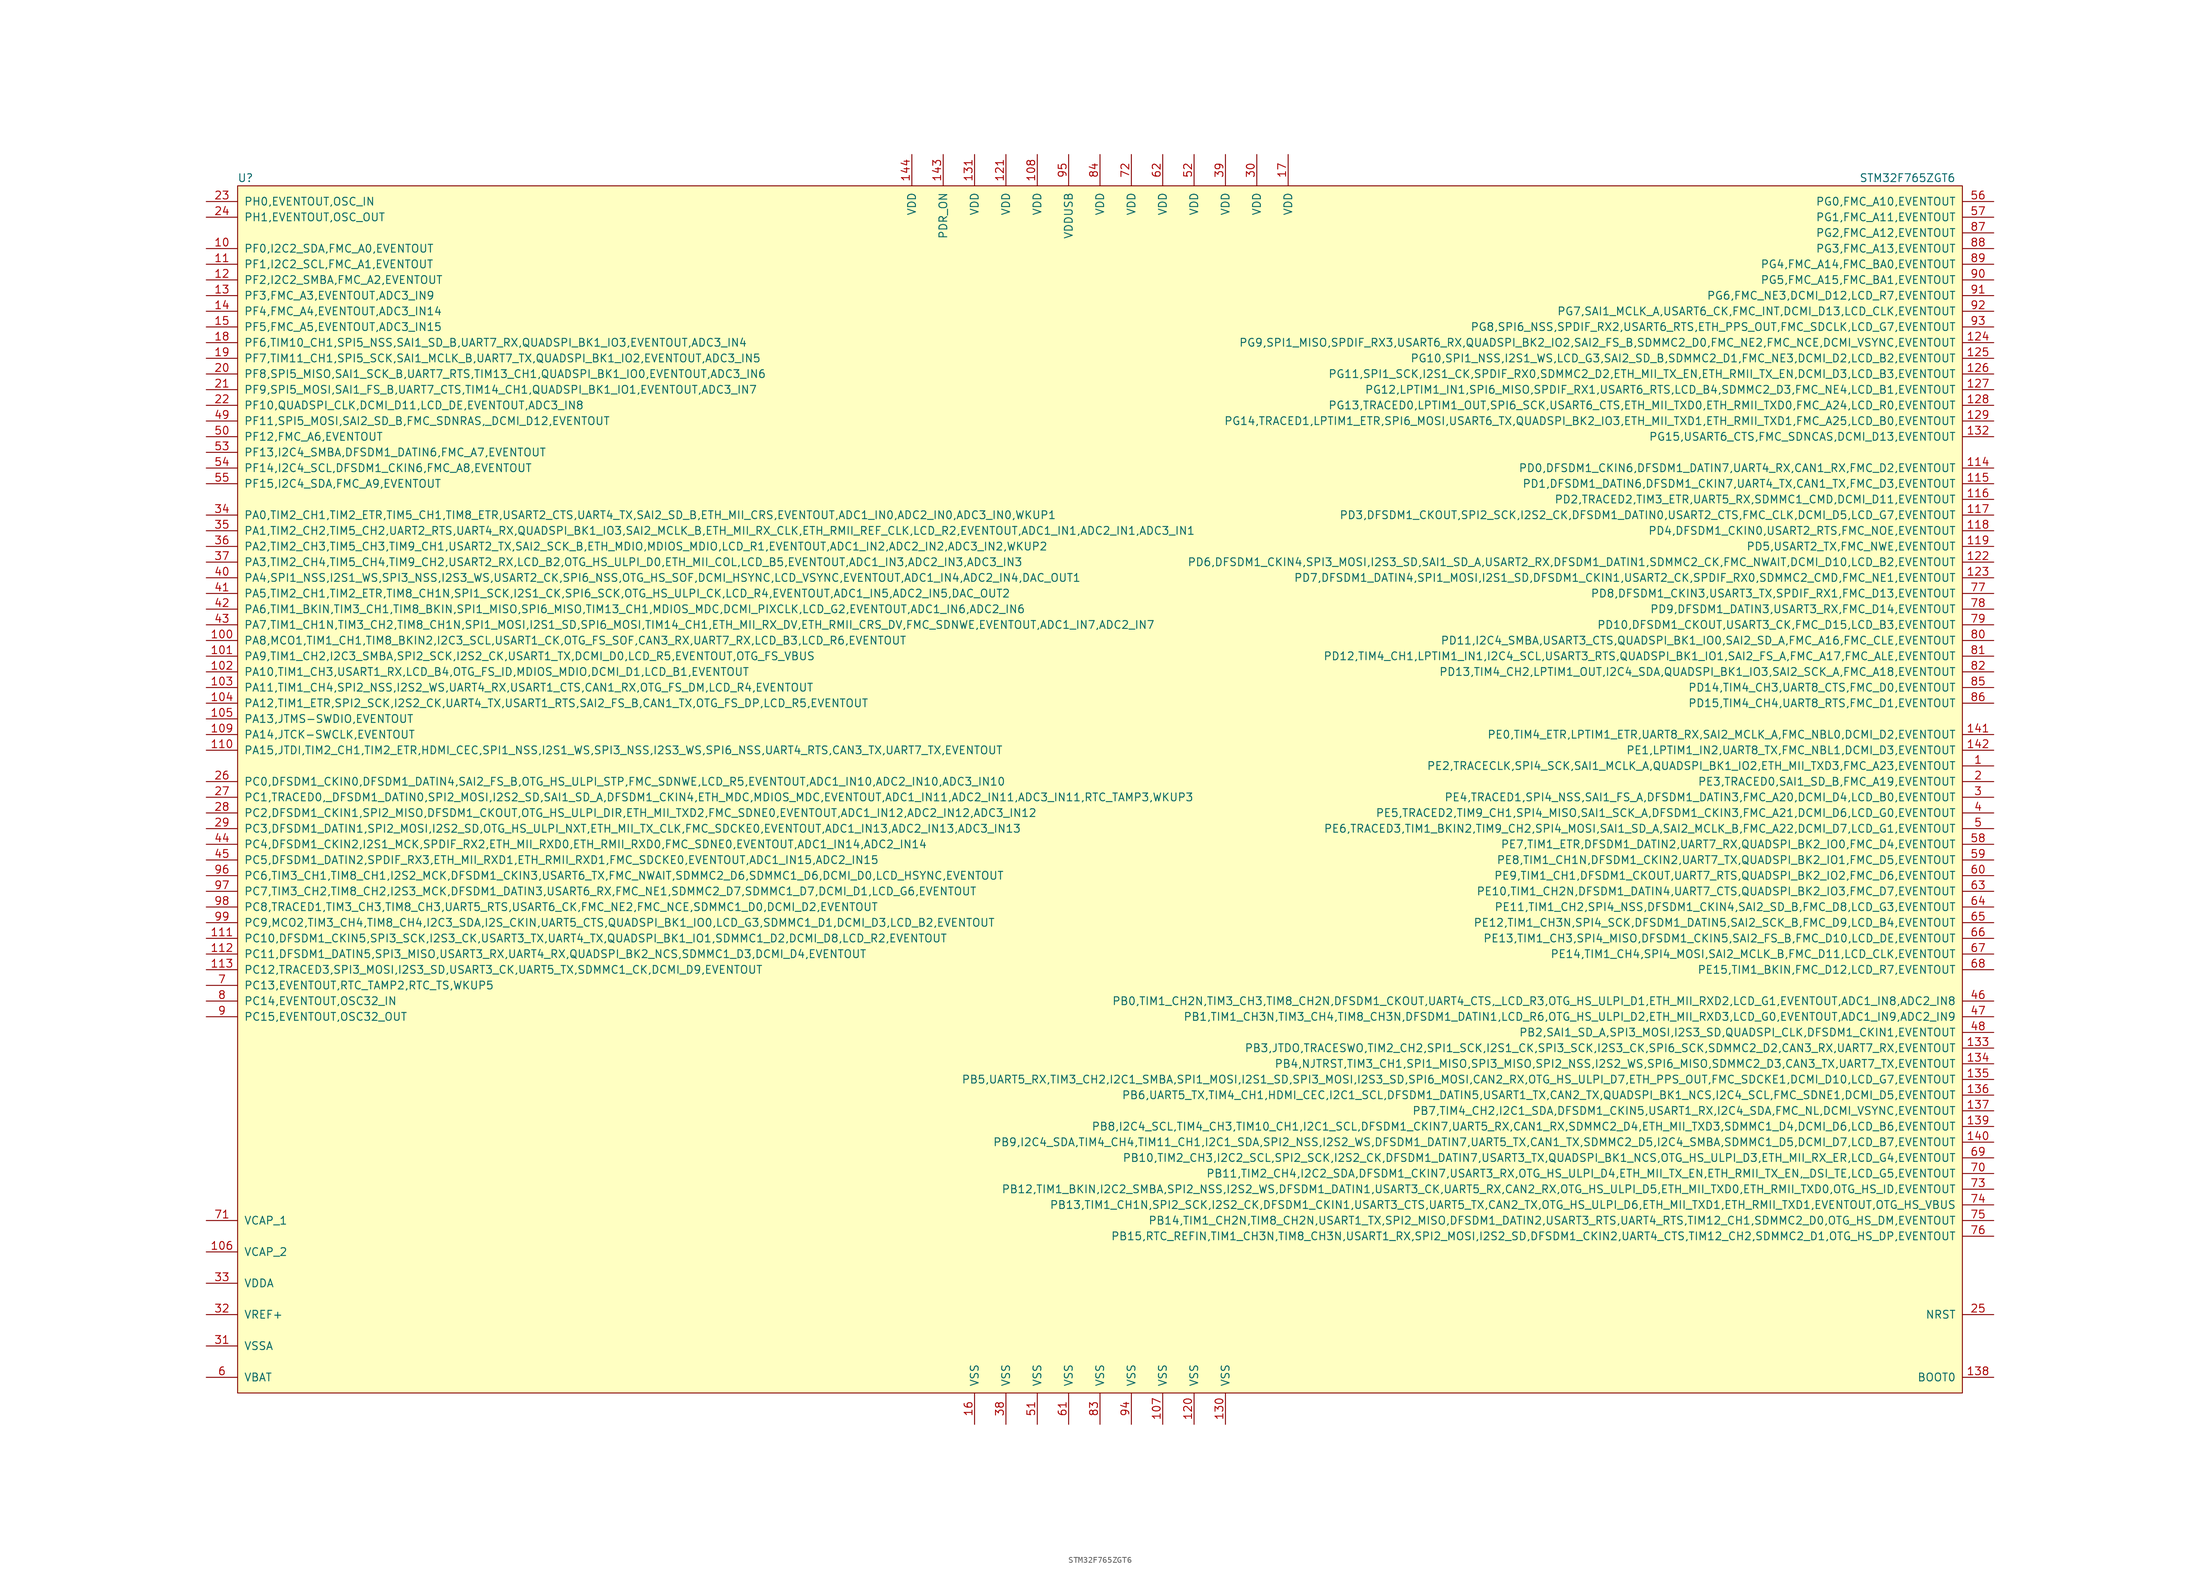
<source format=kicad_sym>
(kicad_symbol_lib
  (version 20211014)
  (generator kicad_symbol_editor)
  (symbol "STM32F765ZGT6"
    (pin_names
      (offset 1.016))
    (property "Reference" "U"
      (at -138.43 99.06 0)
      (effects (font (size 1.27 1.27))))
    (property "Value" "STM32F765ZGT6"
      (at 130.81 99.06 0)
      (effects (font (size 1.27 1.27))))
    (symbol "STM32F765ZGT6_0_0"
      (pin bidirectional line (at 144.78 3.81 180) (length 5.08) (name "PE2,TRACECLK,SPI4_SCK,SAI1_MCLK_A,QUADSPI_BK1_IO2,ETH_MII_TXD3,FMC_A23,EVENTOUT" (effects (font (size 1.27 1.27)))) (number "1" (effects (font (size 1.27 1.27)))))
      (pin bidirectional line (at -144.78 87.63 0) (length 5.08) (name "PF0,I2C2_SDA,FMC_A0,EVENTOUT" (effects (font (size 1.27 1.27)))) (number "10" (effects (font (size 1.27 1.27)))))
      (pin bidirectional line (at -144.78 24.13 0) (length 5.08) (name "PA8,MCO1,TIM1_CH1,TIM8_BKIN2,I2C3_SCL,USART1_CK,OTG_FS_SOF,CAN3_RX,UART7_RX,LCD_B3,LCD_R6,EVENTOUT" (effects (font (size 1.27 1.27)))) (number "100" (effects (font (size 1.27 1.27)))))
      (pin bidirectional line (at -144.78 21.59 0) (length 5.08) (name "PA9,TIM1_CH2,I2C3_SMBA,SPI2_SCK,I2S2_CK,USART1_TX,DCMI_D0,LCD_R5,EVENTOUT,OTG_FS_VBUS" (effects (font (size 1.27 1.27)))) (number "101" (effects (font (size 1.27 1.27)))))
      (pin bidirectional line (at -144.78 19.05 0) (length 5.08) (name "PA10,TIM1_CH3,USART1_RX,LCD_B4,OTG_FS_ID,MDIOS_MDIO,DCMI_D1,LCD_B1,EVENTOUT" (effects (font (size 1.27 1.27)))) (number "102" (effects (font (size 1.27 1.27)))))
      (pin bidirectional line (at -144.78 16.51 0) (length 5.08) (name "PA11,TIM1_CH4,SPI2_NSS,I2S2_WS,UART4_RX,USART1_CTS,CAN1_RX,OTG_FS_DM,LCD_R4,EVENTOUT" (effects (font (size 1.27 1.27)))) (number "103" (effects (font (size 1.27 1.27)))))
      (pin bidirectional line (at -144.78 13.97 0) (length 5.08) (name "PA12,TIM1_ETR,SPI2_SCK,I2S2_CK,UART4_TX,USART1_RTS,SAI2_FS_B,CAN1_TX,OTG_FS_DP,LCD_R5,EVENTOUT" (effects (font (size 1.27 1.27)))) (number "104" (effects (font (size 1.27 1.27)))))
      (pin bidirectional line (at -144.78 11.43 0) (length 5.08) (name "PA13,JTMS-SWDIO,EVENTOUT" (effects (font (size 1.27 1.27)))) (number "105" (effects (font (size 1.27 1.27)))))
      (pin passive line (at -144.78 -74.93 0) (length 5.08) (name "VCAP_2" (effects (font (size 1.27 1.27)))) (number "106" (effects (font (size 1.27 1.27)))))
      (pin passive line (at 10.16 -102.87 90) (length 5.08) (name "VSS" (effects (font (size 1.27 1.27)))) (number "107" (effects (font (size 1.27 1.27)))))
      (pin power_in line (at -10.16 102.87 270) (length 5.08) (name "VDD" (effects (font (size 1.27 1.27)))) (number "108" (effects (font (size 1.27 1.27)))))
      (pin bidirectional line (at -144.78 8.89 0) (length 5.08) (name "PA14,JTCK-SWCLK,EVENTOUT" (effects (font (size 1.27 1.27)))) (number "109" (effects (font (size 1.27 1.27)))))
      (pin bidirectional line (at -144.78 85.09 0) (length 5.08) (name "PF1,I2C2_SCL,FMC_A1,EVENTOUT" (effects (font (size 1.27 1.27)))) (number "11" (effects (font (size 1.27 1.27)))))
      (pin bidirectional line (at -144.78 6.35 0) (length 5.08) (name "PA15,JTDI,TIM2_CH1,TIM2_ETR,HDMI_CEC,SPI1_NSS,I2S1_WS,SPI3_NSS,I2S3_WS,SPI6_NSS,UART4_RTS,CAN3_TX,UART7_TX,EVENTOUT" (effects (font (size 1.27 1.27)))) (number "110" (effects (font (size 1.27 1.27)))))
      (pin bidirectional line (at -144.78 -24.13 0) (length 5.08) (name "PC10,DFSDM1_CKIN5,SPI3_SCK,I2S3_CK,USART3_TX,UART4_TX,QUADSPI_BK1_IO1,SDMMC1_D2,DCMI_D8,LCD_R2,EVENTOUT" (effects (font (size 1.27 1.27)))) (number "111" (effects (font (size 1.27 1.27)))))
      (pin bidirectional line (at -144.78 -26.67 0) (length 5.08) (name "PC11,DFSDM1_DATIN5,SPI3_MISO,USART3_RX,UART4_RX,QUADSPI_BK2_NCS,SDMMC1_D3,DCMI_D4,EVENTOUT" (effects (font (size 1.27 1.27)))) (number "112" (effects (font (size 1.27 1.27)))))
      (pin bidirectional line (at -144.78 -29.21 0) (length 5.08) (name "PC12,TRACED3,SPI3_MOSI,I2S3_SD,USART3_CK,UART5_TX,SDMMC1_CK,DCMI_D9,EVENTOUT" (effects (font (size 1.27 1.27)))) (number "113" (effects (font (size 1.27 1.27)))))
      (pin bidirectional line (at 144.78 52.07 180) (length 5.08) (name "PD0,DFSDM1_CKIN6,DFSDM1_DATIN7,UART4_RX,CAN1_RX,FMC_D2,EVENTOUT" (effects (font (size 1.27 1.27)))) (number "114" (effects (font (size 1.27 1.27)))))
      (pin bidirectional line (at 144.78 49.53 180) (length 5.08) (name "PD1,DFSDM1_DATIN6,DFSDM1_CKIN7,UART4_TX,CAN1_TX,FMC_D3,EVENTOUT" (effects (font (size 1.27 1.27)))) (number "115" (effects (font (size 1.27 1.27)))))
      (pin bidirectional line (at 144.78 46.99 180) (length 5.08) (name "PD2,TRACED2,TIM3_ETR,UART5_RX,SDMMC1_CMD,DCMI_D11,EVENTOUT" (effects (font (size 1.27 1.27)))) (number "116" (effects (font (size 1.27 1.27)))))
      (pin bidirectional line (at 144.78 44.45 180) (length 5.08) (name "PD3,DFSDM1_CKOUT,SPI2_SCK,I2S2_CK,DFSDM1_DATIN0,USART2_CTS,FMC_CLK,DCMI_D5,LCD_G7,EVENTOUT" (effects (font (size 1.27 1.27)))) (number "117" (effects (font (size 1.27 1.27)))))
      (pin bidirectional line (at 144.78 41.91 180) (length 5.08) (name "PD4,DFSDM1_CKIN0,USART2_RTS,FMC_NOE,EVENTOUT" (effects (font (size 1.27 1.27)))) (number "118" (effects (font (size 1.27 1.27)))))
      (pin bidirectional line (at 144.78 39.37 180) (length 5.08) (name "PD5,USART2_TX,FMC_NWE,EVENTOUT" (effects (font (size 1.27 1.27)))) (number "119" (effects (font (size 1.27 1.27)))))
      (pin bidirectional line (at -144.78 82.55 0) (length 5.08) (name "PF2,I2C2_SMBA,FMC_A2,EVENTOUT" (effects (font (size 1.27 1.27)))) (number "12" (effects (font (size 1.27 1.27)))))
      (pin passive line (at 15.24 -102.87 90) (length 5.08) (name "VSS" (effects (font (size 1.27 1.27)))) (number "120" (effects (font (size 1.27 1.27)))))
      (pin power_in line (at -15.24 102.87 270) (length 5.08) (name "VDD" (effects (font (size 1.27 1.27)))) (number "121" (effects (font (size 1.27 1.27)))))
      (pin bidirectional line (at 144.78 36.83 180) (length 5.08) (name "PD6,DFSDM1_CKIN4,SPI3_MOSI,I2S3_SD,SAI1_SD_A,USART2_RX,DFSDM1_DATIN1,SDMMC2_CK,FMC_NWAIT,DCMI_D10,LCD_B2,EVENTOUT" (effects (font (size 1.27 1.27)))) (number "122" (effects (font (size 1.27 1.27)))))
      (pin bidirectional line (at 144.78 34.29 180) (length 5.08) (name "PD7,DFSDM1_DATIN4,SPI1_MOSI,I2S1_SD,DFSDM1_CKIN1,USART2_CK,SPDIF_RX0,SDMMC2_CMD,FMC_NE1,EVENTOUT" (effects (font (size 1.27 1.27)))) (number "123" (effects (font (size 1.27 1.27)))))
      (pin bidirectional line (at 144.78 72.39 180) (length 5.08) (name "PG9,SPI1_MISO,SPDIF_RX3,USART6_RX,QUADSPI_BK2_IO2,SAI2_FS_B,SDMMC2_D0,FMC_NE2,FMC_NCE,DCMI_VSYNC,EVENTOUT" (effects (font (size 1.27 1.27)))) (number "124" (effects (font (size 1.27 1.27)))))
      (pin bidirectional line (at 144.78 69.85 180) (length 5.08) (name "PG10,SPI1_NSS,I2S1_WS,LCD_G3,SAI2_SD_B,SDMMC2_D1,FMC_NE3,DCMI_D2,LCD_B2,EVENTOUT" (effects (font (size 1.27 1.27)))) (number "125" (effects (font (size 1.27 1.27)))))
      (pin bidirectional line (at 144.78 67.31 180) (length 5.08) (name "PG11,SPI1_SCK,I2S1_CK,SPDIF_RX0,SDMMC2_D2,ETH_MII_TX_EN,ETH_RMII_TX_EN,DCMI_D3,LCD_B3,EVENTOUT" (effects (font (size 1.27 1.27)))) (number "126" (effects (font (size 1.27 1.27)))))
      (pin bidirectional line (at 144.78 64.77 180) (length 5.08) (name "PG12,LPTIM1_IN1,SPI6_MISO,SPDIF_RX1,USART6_RTS,LCD_B4,SDMMC2_D3,FMC_NE4,LCD_B1,EVENTOUT" (effects (font (size 1.27 1.27)))) (number "127" (effects (font (size 1.27 1.27)))))
      (pin bidirectional line (at 144.78 62.23 180) (length 5.08) (name "PG13,TRACED0,LPTIM1_OUT,SPI6_SCK,USART6_CTS,ETH_MII_TXD0,ETH_RMII_TXD0,FMC_A24,LCD_R0,EVENTOUT" (effects (font (size 1.27 1.27)))) (number "128" (effects (font (size 1.27 1.27)))))
      (pin bidirectional line (at 144.78 59.69 180) (length 5.08) (name "PG14,TRACED1,LPTIM1_ETR,SPI6_MOSI,USART6_TX,QUADSPI_BK2_IO3,ETH_MII_TXD1,ETH_RMII_TXD1,FMC_A25,LCD_B0,EVENTOUT" (effects (font (size 1.27 1.27)))) (number "129" (effects (font (size 1.27 1.27)))))
      (pin bidirectional line (at -144.78 80.01 0) (length 5.08) (name "PF3,FMC_A3,EVENTOUT,ADC3_IN9" (effects (font (size 1.27 1.27)))) (number "13" (effects (font (size 1.27 1.27)))))
      (pin passive line (at 20.32 -102.87 90) (length 5.08) (name "VSS" (effects (font (size 1.27 1.27)))) (number "130" (effects (font (size 1.27 1.27)))))
      (pin power_in line (at -20.32 102.87 270) (length 5.08) (name "VDD" (effects (font (size 1.27 1.27)))) (number "131" (effects (font (size 1.27 1.27)))))
      (pin bidirectional line (at 144.78 57.15 180) (length 5.08) (name "PG15,USART6_CTS,FMC_SDNCAS,DCMI_D13,EVENTOUT" (effects (font (size 1.27 1.27)))) (number "132" (effects (font (size 1.27 1.27)))))
      (pin bidirectional line (at 144.78 -41.91 180) (length 5.08) (name "PB3,JTDO,TRACESWO,TIM2_CH2,SPI1_SCK,I2S1_CK,SPI3_SCK,I2S3_CK,SPI6_SCK,SDMMC2_D2,CAN3_RX,UART7_RX,EVENTOUT" (effects (font (size 1.27 1.27)))) (number "133" (effects (font (size 1.27 1.27)))))
      (pin bidirectional line (at 144.78 -44.45 180) (length 5.08) (name "PB4,NJTRST,TIM3_CH1,SPI1_MISO,SPI3_MISO,SPI2_NSS,I2S2_WS,SPI6_MISO,SDMMC2_D3,CAN3_TX,UART7_TX,EVENTOUT" (effects (font (size 1.27 1.27)))) (number "134" (effects (font (size 1.27 1.27)))))
      (pin bidirectional line (at 144.78 -46.99 180) (length 5.08) (name "PB5,UART5_RX,TIM3_CH2,I2C1_SMBA,SPI1_MOSI,I2S1_SD,SPI3_MOSI,I2S3_SD,SPI6_MOSI,CAN2_RX,OTG_HS_ULPI_D7,ETH_PPS_OUT,FMC_SDCKE1,DCMI_D10,LCD_G7,EVENTOUT" (effects (font (size 1.27 1.27)))) (number "135" (effects (font (size 1.27 1.27)))))
      (pin bidirectional line (at 144.78 -49.53 180) (length 5.08) (name "PB6,UART5_TX,TIM4_CH1,HDMI_CEC,I2C1_SCL,DFSDM1_DATIN5,USART1_TX,CAN2_TX,QUADSPI_BK1_NCS,I2C4_SCL,FMC_SDNE1,DCMI_D5,EVENTOUT" (effects (font (size 1.27 1.27)))) (number "136" (effects (font (size 1.27 1.27)))))
      (pin bidirectional line (at 144.78 -52.07 180) (length 5.08) (name "PB7,TIM4_CH2,I2C1_SDA,DFSDM1_CKIN5,USART1_RX,I2C4_SDA,FMC_NL,DCMI_VSYNC,EVENTOUT" (effects (font (size 1.27 1.27)))) (number "137" (effects (font (size 1.27 1.27)))))
      (pin input line (at 144.78 -95.25 180) (length 5.08) (name "BOOT0" (effects (font (size 1.27 1.27)))) (number "138" (effects (font (size 1.27 1.27)))))
      (pin bidirectional line (at 144.78 -54.61 180) (length 5.08) (name "PB8,I2C4_SCL,TIM4_CH3,TIM10_CH1,I2C1_SCL,DFSDM1_CKIN7,UART5_RX,CAN1_RX,SDMMC2_D4,ETH_MII_TXD3,SDMMC1_D4,DCMI_D6,LCD_B6,EVENTOUT" (effects (font (size 1.27 1.27)))) (number "139" (effects (font (size 1.27 1.27)))))
      (pin bidirectional line (at -144.78 77.47 0) (length 5.08) (name "PF4,FMC_A4,EVENTOUT,ADC3_IN14" (effects (font (size 1.27 1.27)))) (number "14" (effects (font (size 1.27 1.27)))))
      (pin bidirectional line (at 144.78 -57.15 180) (length 5.08) (name "PB9,I2C4_SDA,TIM4_CH4,TIM11_CH1,I2C1_SDA,SPI2_NSS,I2S2_WS,DFSDM1_DATIN7,UART5_TX,CAN1_TX,SDMMC2_D5,I2C4_SMBA,SDMMC1_D5,DCMI_D7,LCD_B7,EVENTOUT" (effects (font (size 1.27 1.27)))) (number "140" (effects (font (size 1.27 1.27)))))
      (pin bidirectional line (at 144.78 8.89 180) (length 5.08) (name "PE0,TIM4_ETR,LPTIM1_ETR,UART8_RX,SAI2_MCLK_A,FMC_NBL0,DCMI_D2,EVENTOUT" (effects (font (size 1.27 1.27)))) (number "141" (effects (font (size 1.27 1.27)))))
      (pin bidirectional line (at 144.78 6.35 180) (length 5.08) (name "PE1,LPTIM1_IN2,UART8_TX,FMC_NBL1,DCMI_D3,EVENTOUT" (effects (font (size 1.27 1.27)))) (number "142" (effects (font (size 1.27 1.27)))))
      (pin passive line (at -25.4 102.87 270) (length 5.08) (name "PDR_ON" (effects (font (size 1.27 1.27)))) (number "143" (effects (font (size 1.27 1.27)))))
      (pin power_in line (at -30.48 102.87 270) (length 5.08) (name "VDD" (effects (font (size 1.27 1.27)))) (number "144" (effects (font (size 1.27 1.27)))))
      (pin bidirectional line (at -144.78 74.93 0) (length 5.08) (name "PF5,FMC_A5,EVENTOUT,ADC3_IN15" (effects (font (size 1.27 1.27)))) (number "15" (effects (font (size 1.27 1.27)))))
      (pin passive line (at -20.32 -102.87 90) (length 5.08) (name "VSS" (effects (font (size 1.27 1.27)))) (number "16" (effects (font (size 1.27 1.27)))))
      (pin power_in line (at 30.48 102.87 270) (length 5.08) (name "VDD" (effects (font (size 1.27 1.27)))) (number "17" (effects (font (size 1.27 1.27)))))
      (pin bidirectional line (at -144.78 72.39 0) (length 5.08) (name "PF6,TIM10_CH1,SPI5_NSS,SAI1_SD_B,UART7_RX,QUADSPI_BK1_IO3,EVENTOUT,ADC3_IN4" (effects (font (size 1.27 1.27)))) (number "18" (effects (font (size 1.27 1.27)))))
      (pin bidirectional line (at -144.78 69.85 0) (length 5.08) (name "PF7,TIM11_CH1,SPI5_SCK,SAI1_MCLK_B,UART7_TX,QUADSPI_BK1_IO2,EVENTOUT,ADC3_IN5" (effects (font (size 1.27 1.27)))) (number "19" (effects (font (size 1.27 1.27)))))
      (pin bidirectional line (at 144.78 1.27 180) (length 5.08) (name "PE3,TRACED0,SAI1_SD_B,FMC_A19,EVENTOUT" (effects (font (size 1.27 1.27)))) (number "2" (effects (font (size 1.27 1.27)))))
      (pin bidirectional line (at -144.78 67.31 0) (length 5.08) (name "PF8,SPI5_MISO,SAI1_SCK_B,UART7_RTS,TIM13_CH1,QUADSPI_BK1_IO0,EVENTOUT,ADC3_IN6" (effects (font (size 1.27 1.27)))) (number "20" (effects (font (size 1.27 1.27)))))
      (pin bidirectional line (at -144.78 64.77 0) (length 5.08) (name "PF9,SPI5_MOSI,SAI1_FS_B,UART7_CTS,TIM14_CH1,QUADSPI_BK1_IO1,EVENTOUT,ADC3_IN7" (effects (font (size 1.27 1.27)))) (number "21" (effects (font (size 1.27 1.27)))))
      (pin bidirectional line (at -144.78 62.23 0) (length 5.08) (name "PF10,QUADSPI_CLK,DCMI_D11,LCD_DE,EVENTOUT,ADC3_IN8" (effects (font (size 1.27 1.27)))) (number "22" (effects (font (size 1.27 1.27)))))
      (pin bidirectional line (at -144.78 95.25 0) (length 5.08) (name "PH0,EVENTOUT,OSC_IN" (effects (font (size 1.27 1.27)))) (number "23" (effects (font (size 1.27 1.27)))))
      (pin bidirectional line (at -144.78 92.71 0) (length 5.08) (name "PH1,EVENTOUT,OSC_OUT" (effects (font (size 1.27 1.27)))) (number "24" (effects (font (size 1.27 1.27)))))
      (pin input line (at 144.78 -85.09 180) (length 5.08) (name "NRST" (effects (font (size 1.27 1.27)))) (number "25" (effects (font (size 1.27 1.27)))))
      (pin bidirectional line (at -144.78 1.27 0) (length 5.08) (name "PC0,DFSDM1_CKIN0,DFSDM1_DATIN4,SAI2_FS_B,OTG_HS_ULPI_STP,FMC_SDNWE,LCD_R5,EVENTOUT,ADC1_IN10,ADC2_IN10,ADC3_IN10" (effects (font (size 1.27 1.27)))) (number "26" (effects (font (size 1.27 1.27)))))
      (pin bidirectional line (at -144.78 -1.27 0) (length 5.08) (name "PC1,TRACED0,_DFSDM1_DATIN0,SPI2_MOSI,I2S2_SD,SAI1_SD_A,DFSDM1_CKIN4,ETH_MDC,MDIOS_MDC,EVENTOUT,ADC1_IN11,ADC2_IN11,ADC3_IN11,RTC_TAMP3,WKUP3" (effects (font (size 1.27 1.27)))) (number "27" (effects (font (size 1.27 1.27)))))
      (pin bidirectional line (at -144.78 -3.81 0) (length 5.08) (name "PC2,DFSDM1_CKIN1,SPI2_MISO,DFSDM1_CKOUT,OTG_HS_ULPI_DIR,ETH_MII_TXD2,FMC_SDNE0,EVENTOUT,ADC1_IN12,ADC2_IN12,ADC3_IN12" (effects (font (size 1.27 1.27)))) (number "28" (effects (font (size 1.27 1.27)))))
      (pin bidirectional line (at -144.78 -6.35 0) (length 5.08) (name "PC3,DFSDM1_DATIN1,SPI2_MOSI,I2S2_SD,OTG_HS_ULPI_NXT,ETH_MII_TX_CLK,FMC_SDCKE0,EVENTOUT,ADC1_IN13,ADC2_IN13,ADC3_IN13" (effects (font (size 1.27 1.27)))) (number "29" (effects (font (size 1.27 1.27)))))
      (pin bidirectional line (at 144.78 -1.27 180) (length 5.08) (name "PE4,TRACED1,SPI4_NSS,SAI1_FS_A,DFSDM1_DATIN3,FMC_A20,DCMI_D4,LCD_B0,EVENTOUT" (effects (font (size 1.27 1.27)))) (number "3" (effects (font (size 1.27 1.27)))))
      (pin power_in line (at 25.4 102.87 270) (length 5.08) (name "VDD" (effects (font (size 1.27 1.27)))) (number "30" (effects (font (size 1.27 1.27)))))
      (pin passive line (at -144.78 -90.17 0) (length 5.08) (name "VSSA" (effects (font (size 1.27 1.27)))) (number "31" (effects (font (size 1.27 1.27)))))
      (pin passive line (at -144.78 -85.09 0) (length 5.08) (name "VREF+" (effects (font (size 1.27 1.27)))) (number "32" (effects (font (size 1.27 1.27)))))
      (pin passive line (at -144.78 -80.01 0) (length 5.08) (name "VDDA" (effects (font (size 1.27 1.27)))) (number "33" (effects (font (size 1.27 1.27)))))
      (pin bidirectional line (at -144.78 44.45 0) (length 5.08) (name "PA0,TIM2_CH1,TIM2_ETR,TIM5_CH1,TIM8_ETR,USART2_CTS,UART4_TX,SAI2_SD_B,ETH_MII_CRS,EVENTOUT,ADC1_IN0,ADC2_IN0,ADC3_IN0,WKUP1" (effects (font (size 1.27 1.27)))) (number "34" (effects (font (size 1.27 1.27)))))
      (pin bidirectional line (at -144.78 41.91 0) (length 5.08) (name "PA1,TIM2_CH2,TIM5_CH2,UART2_RTS,UART4_RX,QUADSPI_BK1_IO3,SAI2_MCLK_B,ETH_MII_RX_CLK,ETH_RMII_REF_CLK,LCD_R2,EVENTOUT,ADC1_IN1,ADC2_IN1,ADC3_IN1" (effects (font (size 1.27 1.27)))) (number "35" (effects (font (size 1.27 1.27)))))
      (pin bidirectional line (at -144.78 39.37 0) (length 5.08) (name "PA2,TIM2_CH3,TIM5_CH3,TIM9_CH1,USART2_TX,SAI2_SCK_B,ETH_MDIO,MDIOS_MDIO,LCD_R1,EVENTOUT,ADC1_IN2,ADC2_IN2,ADC3_IN2,WKUP2" (effects (font (size 1.27 1.27)))) (number "36" (effects (font (size 1.27 1.27)))))
      (pin bidirectional line (at -144.78 36.83 0) (length 5.08) (name "PA3,TIM2_CH4,TIM5_CH4,TIM9_CH2,USART2_RX,LCD_B2,OTG_HS_ULPI_D0,ETH_MII_COL,LCD_B5,EVENTOUT,ADC1_IN3,ADC2_IN3,ADC3_IN3" (effects (font (size 1.27 1.27)))) (number "37" (effects (font (size 1.27 1.27)))))
      (pin passive line (at -15.24 -102.87 90) (length 5.08) (name "VSS" (effects (font (size 1.27 1.27)))) (number "38" (effects (font (size 1.27 1.27)))))
      (pin power_in line (at 20.32 102.87 270) (length 5.08) (name "VDD" (effects (font (size 1.27 1.27)))) (number "39" (effects (font (size 1.27 1.27)))))
      (pin bidirectional line (at 144.78 -3.81 180) (length 5.08) (name "PE5,TRACED2,TIM9_CH1,SPI4_MISO,SAI1_SCK_A,DFSDM1_CKIN3,FMC_A21,DCMI_D6,LCD_G0,EVENTOUT" (effects (font (size 1.27 1.27)))) (number "4" (effects (font (size 1.27 1.27)))))
      (pin bidirectional line (at -144.78 34.29 0) (length 5.08) (name "PA4,SPI1_NSS,I2S1_WS,SPI3_NSS,I2S3_WS,USART2_CK,SPI6_NSS,OTG_HS_SOF,DCMI_HSYNC,LCD_VSYNC,EVENTOUT,ADC1_IN4,ADC2_IN4,DAC_OUT1" (effects (font (size 1.27 1.27)))) (number "40" (effects (font (size 1.27 1.27)))))
      (pin bidirectional line (at -144.78 31.75 0) (length 5.08) (name "PA5,TIM2_CH1,TIM2_ETR,TIM8_CH1N,SPI1_SCK,I2S1_CK,SPI6_SCK,OTG_HS_ULPI_CK,LCD_R4,EVENTOUT,ADC1_IN5,ADC2_IN5,DAC_OUT2" (effects (font (size 1.27 1.27)))) (number "41" (effects (font (size 1.27 1.27)))))
      (pin bidirectional line (at -144.78 29.21 0) (length 5.08) (name "PA6,TIM1_BKIN,TIM3_CH1,TIM8_BKIN,SPI1_MISO,SPI6_MISO,TIM13_CH1,MDIOS_MDC,DCMI_PIXCLK,LCD_G2,EVENTOUT,ADC1_IN6,ADC2_IN6" (effects (font (size 1.27 1.27)))) (number "42" (effects (font (size 1.27 1.27)))))
      (pin bidirectional line (at -144.78 26.67 0) (length 5.08) (name "PA7,TIM1_CH1N,TIM3_CH2,TIM8_CH1N,SPI1_MOSI,I2S1_SD,SPI6_MOSI,TIM14_CH1,ETH_MII_RX_DV,ETH_RMII_CRS_DV,FMC_SDNWE,EVENTOUT,ADC1_IN7,ADC2_IN7" (effects (font (size 1.27 1.27)))) (number "43" (effects (font (size 1.27 1.27)))))
      (pin bidirectional line (at -144.78 -8.89 0) (length 5.08) (name "PC4,DFSDM1_CKIN2,I2S1_MCK,SPDIF_RX2,ETH_MII_RXD0,ETH_RMII_RXD0,FMC_SDNE0,EVENTOUT,ADC1_IN14,ADC2_IN14" (effects (font (size 1.27 1.27)))) (number "44" (effects (font (size 1.27 1.27)))))
      (pin bidirectional line (at -144.78 -11.43 0) (length 5.08) (name "PC5,DFSDM1_DATIN2,SPDIF_RX3,ETH_MII_RXD1,ETH_RMII_RXD1,FMC_SDCKE0,EVENTOUT,ADC1_IN15,ADC2_IN15" (effects (font (size 1.27 1.27)))) (number "45" (effects (font (size 1.27 1.27)))))
      (pin bidirectional line (at 144.78 -34.29 180) (length 5.08) (name "PB0,TIM1_CH2N,TIM3_CH3,TIM8_CH2N,DFSDM1_CKOUT,UART4_CTS,_LCD_R3,OTG_HS_ULPI_D1,ETH_MII_RXD2,LCD_G1,EVENTOUT,ADC1_IN8,ADC2_IN8" (effects (font (size 1.27 1.27)))) (number "46" (effects (font (size 1.27 1.27)))))
      (pin bidirectional line (at 144.78 -36.83 180) (length 5.08) (name "PB1,TIM1_CH3N,TIM3_CH4,TIM8_CH3N,DFSDM1_DATIN1,LCD_R6,OTG_HS_ULPI_D2,ETH_MII_RXD3,LCD_G0,EVENTOUT,ADC1_IN9,ADC2_IN9" (effects (font (size 1.27 1.27)))) (number "47" (effects (font (size 1.27 1.27)))))
      (pin bidirectional line (at 144.78 -39.37 180) (length 5.08) (name "PB2,SAI1_SD_A,SPI3_MOSI,I2S3_SD,QUADSPI_CLK,DFSDM1_CKIN1,EVENTOUT" (effects (font (size 1.27 1.27)))) (number "48" (effects (font (size 1.27 1.27)))))
      (pin bidirectional line (at -144.78 59.69 0) (length 5.08) (name "PF11,SPI5_MOSI,SAI2_SD_B,FMC_SDNRAS,_DCMI_D12,EVENTOUT" (effects (font (size 1.27 1.27)))) (number "49" (effects (font (size 1.27 1.27)))))
      (pin bidirectional line (at 144.78 -6.35 180) (length 5.08) (name "PE6,TRACED3,TIM1_BKIN2,TIM9_CH2,SPI4_MOSI,SAI1_SD_A,SAI2_MCLK_B,FMC_A22,DCMI_D7,LCD_G1,EVENTOUT" (effects (font (size 1.27 1.27)))) (number "5" (effects (font (size 1.27 1.27)))))
      (pin bidirectional line (at -144.78 57.15 0) (length 5.08) (name "PF12,FMC_A6,EVENTOUT" (effects (font (size 1.27 1.27)))) (number "50" (effects (font (size 1.27 1.27)))))
      (pin passive line (at -10.16 -102.87 90) (length 5.08) (name "VSS" (effects (font (size 1.27 1.27)))) (number "51" (effects (font (size 1.27 1.27)))))
      (pin power_in line (at 15.24 102.87 270) (length 5.08) (name "VDD" (effects (font (size 1.27 1.27)))) (number "52" (effects (font (size 1.27 1.27)))))
      (pin bidirectional line (at -144.78 54.61 0) (length 5.08) (name "PF13,I2C4_SMBA,DFSDM1_DATIN6,FMC_A7,EVENTOUT" (effects (font (size 1.27 1.27)))) (number "53" (effects (font (size 1.27 1.27)))))
      (pin bidirectional line (at -144.78 52.07 0) (length 5.08) (name "PF14,I2C4_SCL,DFSDM1_CKIN6,FMC_A8,EVENTOUT" (effects (font (size 1.27 1.27)))) (number "54" (effects (font (size 1.27 1.27)))))
      (pin bidirectional line (at -144.78 49.53 0) (length 5.08) (name "PF15,I2C4_SDA,FMC_A9,EVENTOUT" (effects (font (size 1.27 1.27)))) (number "55" (effects (font (size 1.27 1.27)))))
      (pin bidirectional line (at 144.78 95.25 180) (length 5.08) (name "PG0,FMC_A10,EVENTOUT" (effects (font (size 1.27 1.27)))) (number "56" (effects (font (size 1.27 1.27)))))
      (pin bidirectional line (at 144.78 92.71 180) (length 5.08) (name "PG1,FMC_A11,EVENTOUT" (effects (font (size 1.27 1.27)))) (number "57" (effects (font (size 1.27 1.27)))))
      (pin bidirectional line (at 144.78 -8.89 180) (length 5.08) (name "PE7,TIM1_ETR,DFSDM1_DATIN2,UART7_RX,QUADSPI_BK2_IO0,FMC_D4,EVENTOUT" (effects (font (size 1.27 1.27)))) (number "58" (effects (font (size 1.27 1.27)))))
      (pin bidirectional line (at 144.78 -11.43 180) (length 5.08) (name "PE8,TIM1_CH1N,DFSDM1_CKIN2,UART7_TX,QUADSPI_BK2_IO1,FMC_D5,EVENTOUT" (effects (font (size 1.27 1.27)))) (number "59" (effects (font (size 1.27 1.27)))))
      (pin passive line (at -144.78 -95.25 0) (length 5.08) (name "VBAT" (effects (font (size 1.27 1.27)))) (number "6" (effects (font (size 1.27 1.27)))))
      (pin bidirectional line (at 144.78 -13.97 180) (length 5.08) (name "PE9,TIM1_CH1,DFSDM1_CKOUT,UART7_RTS,QUADSPI_BK2_IO2,FMC_D6,EVENTOUT" (effects (font (size 1.27 1.27)))) (number "60" (effects (font (size 1.27 1.27)))))
      (pin passive line (at -5.08 -102.87 90) (length 5.08) (name "VSS" (effects (font (size 1.27 1.27)))) (number "61" (effects (font (size 1.27 1.27)))))
      (pin power_in line (at 10.16 102.87 270) (length 5.08) (name "VDD" (effects (font (size 1.27 1.27)))) (number "62" (effects (font (size 1.27 1.27)))))
      (pin bidirectional line (at 144.78 -16.51 180) (length 5.08) (name "PE10,TIM1_CH2N,DFSDM1_DATIN4,UART7_CTS,QUADSPI_BK2_IO3,FMC_D7,EVENTOUT" (effects (font (size 1.27 1.27)))) (number "63" (effects (font (size 1.27 1.27)))))
      (pin bidirectional line (at 144.78 -19.05 180) (length 5.08) (name "PE11,TIM1_CH2,SPI4_NSS,DFSDM1_CKIN4,SAI2_SD_B,FMC_D8,LCD_G3,EVENTOUT" (effects (font (size 1.27 1.27)))) (number "64" (effects (font (size 1.27 1.27)))))
      (pin bidirectional line (at 144.78 -21.59 180) (length 5.08) (name "PE12,TIM1_CH3N,SPI4_SCK,DFSDM1_DATIN5,SAI2_SCK_B,FMC_D9,LCD_B4,EVENTOUT" (effects (font (size 1.27 1.27)))) (number "65" (effects (font (size 1.27 1.27)))))
      (pin bidirectional line (at 144.78 -24.13 180) (length 5.08) (name "PE13,TIM1_CH3,SPI4_MISO,DFSDM1_CKIN5,SAI2_FS_B,FMC_D10,LCD_DE,EVENTOUT" (effects (font (size 1.27 1.27)))) (number "66" (effects (font (size 1.27 1.27)))))
      (pin bidirectional line (at 144.78 -26.67 180) (length 5.08) (name "PE14,TIM1_CH4,SPI4_MOSI,SAI2_MCLK_B,FMC_D11,LCD_CLK,EVENTOUT" (effects (font (size 1.27 1.27)))) (number "67" (effects (font (size 1.27 1.27)))))
      (pin bidirectional line (at 144.78 -29.21 180) (length 5.08) (name "PE15,TIM1_BKIN,FMC_D12,LCD_R7,EVENTOUT" (effects (font (size 1.27 1.27)))) (number "68" (effects (font (size 1.27 1.27)))))
      (pin bidirectional line (at 144.78 -59.69 180) (length 5.08) (name "PB10,TIM2_CH3,I2C2_SCL,SPI2_SCK,I2S2_CK,DFSDM1_DATIN7,USART3_TX,QUADSPI_BK1_NCS,OTG_HS_ULPI_D3,ETH_MII_RX_ER,LCD_G4,EVENTOUT" (effects (font (size 1.27 1.27)))) (number "69" (effects (font (size 1.27 1.27)))))
      (pin bidirectional line (at -144.78 -31.75 0) (length 5.08) (name "PC13,EVENTOUT,RTC_TAMP2,RTC_TS,WKUP5" (effects (font (size 1.27 1.27)))) (number "7" (effects (font (size 1.27 1.27)))))
      (pin bidirectional line (at 144.78 -62.23 180) (length 5.08) (name "PB11,TIM2_CH4,I2C2_SDA,DFSDM1_CKIN7,USART3_RX,OTG_HS_ULPI_D4,ETH_MII_TX_EN,ETH_RMII_TX_EN,_DSI_TE,LCD_G5,EVENTOUT" (effects (font (size 1.27 1.27)))) (number "70" (effects (font (size 1.27 1.27)))))
      (pin passive line (at -144.78 -69.85 0) (length 5.08) (name "VCAP_1" (effects (font (size 1.27 1.27)))) (number "71" (effects (font (size 1.27 1.27)))))
      (pin power_in line (at 5.08 102.87 270) (length 5.08) (name "VDD" (effects (font (size 1.27 1.27)))) (number "72" (effects (font (size 1.27 1.27)))))
      (pin bidirectional line (at 144.78 -64.77 180) (length 5.08) (name "PB12,TIM1_BKIN,I2C2_SMBA,SPI2_NSS,I2S2_WS,DFSDM1_DATIN1,USART3_CK,UART5_RX,CAN2_RX,OTG_HS_ULPI_D5,ETH_MII_TXD0,ETH_RMII_TXD0,OTG_HS_ID,EVENTOUT" (effects (font (size 1.27 1.27)))) (number "73" (effects (font (size 1.27 1.27)))))
      (pin bidirectional line (at 144.78 -67.31 180) (length 5.08) (name "PB13,TIM1_CH1N,SPI2_SCK,I2S2_CK,DFSDM1_CKIN1,USART3_CTS,UART5_TX,CAN2_TX,OTG_HS_ULPI_D6,ETH_MII_TXD1,ETH_RMII_TXD1,EVENTOUT,OTG_HS_VBUS" (effects (font (size 1.27 1.27)))) (number "74" (effects (font (size 1.27 1.27)))))
      (pin bidirectional line (at 144.78 -69.85 180) (length 5.08) (name "PB14,TIM1_CH2N,TIM8_CH2N,USART1_TX,SPI2_MISO,DFSDM1_DATIN2,USART3_RTS,UART4_RTS,TIM12_CH1,SDMMC2_D0,OTG_HS_DM,EVENTOUT" (effects (font (size 1.27 1.27)))) (number "75" (effects (font (size 1.27 1.27)))))
      (pin bidirectional line (at 144.78 -72.39 180) (length 5.08) (name "PB15,RTC_REFIN,TIM1_CH3N,TIM8_CH3N,USART1_RX,SPI2_MOSI,I2S2_SD,DFSDM1_CKIN2,UART4_CTS,TIM12_CH2,SDMMC2_D1,OTG_HS_DP,EVENTOUT" (effects (font (size 1.27 1.27)))) (number "76" (effects (font (size 1.27 1.27)))))
      (pin bidirectional line (at 144.78 31.75 180) (length 5.08) (name "PD8,DFSDM1_CKIN3,USART3_TX,SPDIF_RX1,FMC_D13,EVENTOUT" (effects (font (size 1.27 1.27)))) (number "77" (effects (font (size 1.27 1.27)))))
      (pin bidirectional line (at 144.78 29.21 180) (length 5.08) (name "PD9,DFSDM1_DATIN3,USART3_RX,FMC_D14,EVENTOUT" (effects (font (size 1.27 1.27)))) (number "78" (effects (font (size 1.27 1.27)))))
      (pin bidirectional line (at 144.78 26.67 180) (length 5.08) (name "PD10,DFSDM1_CKOUT,USART3_CK,FMC_D15,LCD_B3,EVENTOUT" (effects (font (size 1.27 1.27)))) (number "79" (effects (font (size 1.27 1.27)))))
      (pin bidirectional line (at -144.78 -34.29 0) (length 5.08) (name "PC14,EVENTOUT,OSC32_IN" (effects (font (size 1.27 1.27)))) (number "8" (effects (font (size 1.27 1.27)))))
      (pin bidirectional line (at 144.78 24.13 180) (length 5.08) (name "PD11,I2C4_SMBA,USART3_CTS,QUADSPI_BK1_IO0,SAI2_SD_A,FMC_A16,FMC_CLE,EVENTOUT" (effects (font (size 1.27 1.27)))) (number "80" (effects (font (size 1.27 1.27)))))
      (pin bidirectional line (at 144.78 21.59 180) (length 5.08) (name "PD12,TIM4_CH1,LPTIM1_IN1,I2C4_SCL,USART3_RTS,QUADSPI_BK1_IO1,SAI2_FS_A,FMC_A17,FMC_ALE,EVENTOUT" (effects (font (size 1.27 1.27)))) (number "81" (effects (font (size 1.27 1.27)))))
      (pin bidirectional line (at 144.78 19.05 180) (length 5.08) (name "PD13,TIM4_CH2,LPTIM1_OUT,I2C4_SDA,QUADSPI_BK1_IO3,SAI2_SCK_A,FMC_A18,EVENTOUT" (effects (font (size 1.27 1.27)))) (number "82" (effects (font (size 1.27 1.27)))))
      (pin passive line (at 0 -102.87 90) (length 5.08) (name "VSS" (effects (font (size 1.27 1.27)))) (number "83" (effects (font (size 1.27 1.27)))))
      (pin power_in line (at 0 102.87 270) (length 5.08) (name "VDD" (effects (font (size 1.27 1.27)))) (number "84" (effects (font (size 1.27 1.27)))))
      (pin bidirectional line (at 144.78 16.51 180) (length 5.08) (name "PD14,TIM4_CH3,UART8_CTS,FMC_D0,EVENTOUT" (effects (font (size 1.27 1.27)))) (number "85" (effects (font (size 1.27 1.27)))))
      (pin bidirectional line (at 144.78 13.97 180) (length 5.08) (name "PD15,TIM4_CH4,UART8_RTS,FMC_D1,EVENTOUT" (effects (font (size 1.27 1.27)))) (number "86" (effects (font (size 1.27 1.27)))))
      (pin bidirectional line (at 144.78 90.17 180) (length 5.08) (name "PG2,FMC_A12,EVENTOUT" (effects (font (size 1.27 1.27)))) (number "87" (effects (font (size 1.27 1.27)))))
      (pin bidirectional line (at 144.78 87.63 180) (length 5.08) (name "PG3,FMC_A13,EVENTOUT" (effects (font (size 1.27 1.27)))) (number "88" (effects (font (size 1.27 1.27)))))
      (pin bidirectional line (at 144.78 85.09 180) (length 5.08) (name "PG4,FMC_A14,FMC_BA0,EVENTOUT" (effects (font (size 1.27 1.27)))) (number "89" (effects (font (size 1.27 1.27)))))
      (pin bidirectional line (at -144.78 -36.83 0) (length 5.08) (name "PC15,EVENTOUT,OSC32_OUT" (effects (font (size 1.27 1.27)))) (number "9" (effects (font (size 1.27 1.27)))))
      (pin bidirectional line (at 144.78 82.55 180) (length 5.08) (name "PG5,FMC_A15,FMC_BA1,EVENTOUT" (effects (font (size 1.27 1.27)))) (number "90" (effects (font (size 1.27 1.27)))))
      (pin bidirectional line (at 144.78 80.01 180) (length 5.08) (name "PG6,FMC_NE3,DCMI_D12,LCD_R7,EVENTOUT" (effects (font (size 1.27 1.27)))) (number "91" (effects (font (size 1.27 1.27)))))
      (pin bidirectional line (at 144.78 77.47 180) (length 5.08) (name "PG7,SAI1_MCLK_A,USART6_CK,FMC_INT,DCMI_D13,LCD_CLK,EVENTOUT" (effects (font (size 1.27 1.27)))) (number "92" (effects (font (size 1.27 1.27)))))
      (pin bidirectional line (at 144.78 74.93 180) (length 5.08) (name "PG8,SPI6_NSS,SPDIF_RX2,USART6_RTS,ETH_PPS_OUT,FMC_SDCLK,LCD_G7,EVENTOUT" (effects (font (size 1.27 1.27)))) (number "93" (effects (font (size 1.27 1.27)))))
      (pin passive line (at 5.08 -102.87 90) (length 5.08) (name "VSS" (effects (font (size 1.27 1.27)))) (number "94" (effects (font (size 1.27 1.27)))))
      (pin power_in line (at -5.08 102.87 270) (length 5.08) (name "VDDUSB" (effects (font (size 1.27 1.27)))) (number "95" (effects (font (size 1.27 1.27)))))
      (pin bidirectional line (at -144.78 -13.97 0) (length 5.08) (name "PC6,TIM3_CH1,TIM8_CH1,I2S2_MCK,DFSDM1_CKIN3,USART6_TX,FMC_NWAIT,SDMMC2_D6,SDMMC1_D6,DCMI_D0,LCD_HSYNC,EVENTOUT" (effects (font (size 1.27 1.27)))) (number "96" (effects (font (size 1.27 1.27)))))
      (pin bidirectional line (at -144.78 -16.51 0) (length 5.08) (name "PC7,TIM3_CH2,TIM8_CH2,I2S3_MCK,DFSDM1_DATIN3,USART6_RX,FMC_NE1,SDMMC2_D7,SDMMC1_D7,DCMI_D1,LCD_G6,EVENTOUT" (effects (font (size 1.27 1.27)))) (number "97" (effects (font (size 1.27 1.27)))))
      (pin bidirectional line (at -144.78 -19.05 0) (length 5.08) (name "PC8,TRACED1,TIM3_CH3,TIM8_CH3,UART5_RTS,USART6_CK,FMC_NE2,FMC_NCE,SDMMC1_D0,DCMI_D2,EVENTOUT" (effects (font (size 1.27 1.27)))) (number "98" (effects (font (size 1.27 1.27)))))
      (pin bidirectional line (at -144.78 -21.59 0) (length 5.08) (name "PC9,MCO2,TIM3_CH4,TIM8_CH4,I2C3_SDA,I2S_CKIN,UART5_CTS,QUADSPI_BK1_IO0,LCD_G3,SDMMC1_D1,DCMI_D3,LCD_B2,EVENTOUT" (effects (font (size 1.27 1.27)))) (number "99" (effects (font (size 1.27 1.27))))))
    (symbol "STM32F765ZGT6_0_1"
      (rectangle (start -139.7 97.79) (end 139.7 -97.79) (stroke (width 0) (type default) (color 0 0 0 0)) (fill (type background))))))
</source>
